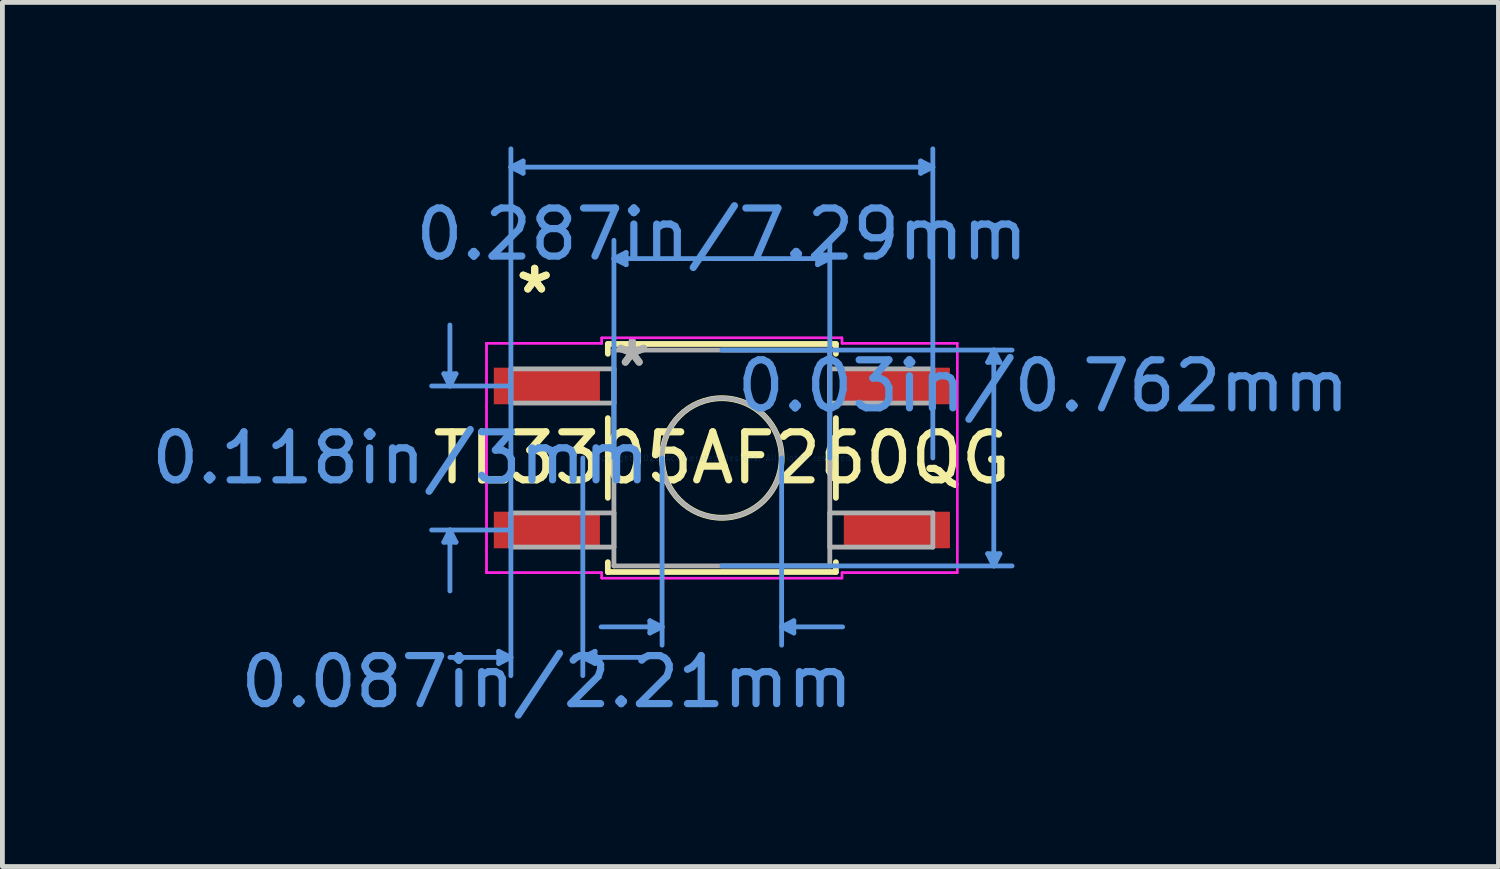
<source format=kicad_pcb>
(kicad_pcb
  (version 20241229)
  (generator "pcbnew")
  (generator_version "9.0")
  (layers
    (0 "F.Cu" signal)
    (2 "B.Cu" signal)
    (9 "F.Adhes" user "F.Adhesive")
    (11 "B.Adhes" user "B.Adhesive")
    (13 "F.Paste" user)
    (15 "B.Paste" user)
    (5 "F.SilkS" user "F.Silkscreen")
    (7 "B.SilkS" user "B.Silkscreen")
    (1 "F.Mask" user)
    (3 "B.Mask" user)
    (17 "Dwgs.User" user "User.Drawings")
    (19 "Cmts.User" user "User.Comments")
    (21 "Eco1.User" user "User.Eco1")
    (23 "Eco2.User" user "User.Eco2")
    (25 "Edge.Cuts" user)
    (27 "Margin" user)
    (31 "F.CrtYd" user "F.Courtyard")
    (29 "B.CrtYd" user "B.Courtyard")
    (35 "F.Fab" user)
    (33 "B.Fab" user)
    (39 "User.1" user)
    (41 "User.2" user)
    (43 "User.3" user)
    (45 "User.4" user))
  (footprint "TL3305AF260QG"
    (layer "F.Cu")
    (at 11.985 6.489)
    (property "Reference" "TL3305AF260QG" (at 0 0 0) (layer "F.SilkS") (effects (font (size 1 1) (thickness 0.15))))
    (attr through_hole)
    (fp_line (start -2.375 -2.375) (end -2.375 -2.17) (stroke (width 0.12) (type solid)) (layer "F.SilkS"))
    (fp_line (start -2.375 -0.83) (end -2.375 0.83) (stroke (width 0.12) (type solid)) (layer "F.SilkS"))
    (fp_line (start -2.375 2.17) (end -2.375 2.375) (stroke (width 0.12) (type solid)) (layer "F.SilkS"))
    (fp_line (start -2.375 2.375) (end 2.375 2.375) (stroke (width 0.12) (type solid)) (layer "F.SilkS"))
    (fp_line (start 2.375 -2.375) (end -2.375 -2.375) (stroke (width 0.12) (type solid)) (layer "F.SilkS"))
    (fp_line (start 2.375 -2.17) (end 2.375 -2.375) (stroke (width 0.12) (type solid)) (layer "F.SilkS"))
    (fp_line (start 2.375 0.83) (end 2.375 -0.83) (stroke (width 0.12) (type solid)) (layer "F.SilkS"))
    (fp_line (start 2.375 2.375) (end 2.375 2.17) (stroke (width 0.12) (type solid)) (layer "F.SilkS"))
    (fp_circle (center 0 0) (end 1.245 0) (stroke (width 0.12) (type solid)) (fill no) (layer "F.SilkS"))
    (fp_line (start -5.791 -1.754) (end -5.537 -1.754) (stroke (width 0.1) (type solid)) (layer "Cmts.User"))
    (fp_line (start -5.791 1.754) (end -5.537 1.754) (stroke (width 0.1) (type solid)) (layer "Cmts.User"))
    (fp_line (start -5.664 -1.5) (end -5.791 -1.754) (stroke (width 0.1) (type solid)) (layer "Cmts.User"))
    (fp_line (start -5.664 -1.5) (end -5.664 -2.77) (stroke (width 0.1) (type solid)) (layer "Cmts.User"))
    (fp_line (start -5.664 -1.5) (end -5.537 -1.754) (stroke (width 0.1) (type solid)) (layer "Cmts.User"))
    (fp_line (start -5.664 1.5) (end -5.791 1.754) (stroke (width 0.1) (type solid)) (layer "Cmts.User"))
    (fp_line (start -5.664 1.5) (end -5.664 2.77) (stroke (width 0.1) (type solid)) (layer "Cmts.User"))
    (fp_line (start -5.664 1.5) (end -5.537 1.754) (stroke (width 0.1) (type solid)) (layer "Cmts.User"))
    (fp_line (start -4.648 4.026) (end -4.648 4.28) (stroke (width 0.1) (type solid)) (layer "Cmts.User"))
    (fp_line (start -4.394 -6.058) (end -4.14 -6.185) (stroke (width 0.1) (type solid)) (layer "Cmts.User"))
    (fp_line (start -4.394 -6.058) (end -4.14 -5.931) (stroke (width 0.1) (type solid)) (layer "Cmts.User"))
    (fp_line (start -4.394 -6.058) (end 4.394 -6.058) (stroke (width 0.1) (type solid)) (layer "Cmts.User"))
    (fp_line (start -4.394 -1.5) (end -6.045 -1.5) (stroke (width 0.1) (type solid)) (layer "Cmts.User"))
    (fp_line (start -4.394 0) (end -4.394 -6.439) (stroke (width 0.1) (type solid)) (layer "Cmts.User"))
    (fp_line (start -4.394 0) (end -4.394 4.534) (stroke (width 0.1) (type solid)) (layer "Cmts.User"))
    (fp_line (start -4.394 1.5) (end -6.045 1.5) (stroke (width 0.1) (type solid)) (layer "Cmts.User"))
    (fp_line (start -4.394 4.153) (end -5.664 4.153) (stroke (width 0.1) (type solid)) (layer "Cmts.User"))
    (fp_line (start -4.394 4.153) (end -4.648 4.026) (stroke (width 0.1) (type solid)) (layer "Cmts.User"))
    (fp_line (start -4.394 4.153) (end -4.648 4.28) (stroke (width 0.1) (type solid)) (layer "Cmts.User"))
    (fp_line (start -4.14 -6.185) (end -4.14 -5.931) (stroke (width 0.1) (type solid)) (layer "Cmts.User"))
    (fp_line (start -2.896 0) (end -2.896 4.534) (stroke (width 0.1) (type solid)) (layer "Cmts.User"))
    (fp_line (start -2.896 4.153) (end -2.642 4.026) (stroke (width 0.1) (type solid)) (layer "Cmts.User"))
    (fp_line (start -2.896 4.153) (end -2.642 4.28) (stroke (width 0.1) (type solid)) (layer "Cmts.User"))
    (fp_line (start -2.896 4.153) (end -1.626 4.153) (stroke (width 0.1) (type solid)) (layer "Cmts.User"))
    (fp_line (start -2.642 4.026) (end -2.642 4.28) (stroke (width 0.1) (type solid)) (layer "Cmts.User"))
    (fp_line (start -2.248 -4.153) (end -1.994 -4.28) (stroke (width 0.1) (type solid)) (layer "Cmts.User"))
    (fp_line (start -2.248 -4.153) (end -1.994 -4.026) (stroke (width 0.1) (type solid)) (layer "Cmts.User"))
    (fp_line (start -2.248 -4.153) (end 2.248 -4.153) (stroke (width 0.1) (type solid)) (layer "Cmts.User"))
    (fp_line (start -2.248 0) (end -2.248 -4.534) (stroke (width 0.1) (type solid)) (layer "Cmts.User"))
    (fp_line (start -1.994 -4.28) (end -1.994 -4.026) (stroke (width 0.1) (type solid)) (layer "Cmts.User"))
    (fp_line (start -1.499 3.391) (end -1.499 3.645) (stroke (width 0.1) (type solid)) (layer "Cmts.User"))
    (fp_line (start -1.245 0) (end -1.245 3.899) (stroke (width 0.1) (type solid)) (layer "Cmts.User"))
    (fp_line (start -1.245 3.518) (end -2.515 3.518) (stroke (width 0.1) (type solid)) (layer "Cmts.User"))
    (fp_line (start -1.245 3.518) (end -1.499 3.391) (stroke (width 0.1) (type solid)) (layer "Cmts.User"))
    (fp_line (start -1.245 3.518) (end -1.499 3.645) (stroke (width 0.1) (type solid)) (layer "Cmts.User"))
    (fp_line (start 0 -2.248) (end 6.045 -2.248) (stroke (width 0.1) (type solid)) (layer "Cmts.User"))
    (fp_line (start 0 2.248) (end 6.045 2.248) (stroke (width 0.1) (type solid)) (layer "Cmts.User"))
    (fp_line (start 1.245 0) (end 1.245 3.899) (stroke (width 0.1) (type solid)) (layer "Cmts.User"))
    (fp_line (start 1.245 3.518) (end 1.499 3.391) (stroke (width 0.1) (type solid)) (layer "Cmts.User"))
    (fp_line (start 1.245 3.518) (end 1.499 3.645) (stroke (width 0.1) (type solid)) (layer "Cmts.User"))
    (fp_line (start 1.245 3.518) (end 2.515 3.518) (stroke (width 0.1) (type solid)) (layer "Cmts.User"))
    (fp_line (start 1.499 3.391) (end 1.499 3.645) (stroke (width 0.1) (type solid)) (layer "Cmts.User"))
    (fp_line (start 1.994 -4.28) (end 1.994 -4.026) (stroke (width 0.1) (type solid)) (layer "Cmts.User"))
    (fp_line (start 2.248 -4.153) (end 1.994 -4.28) (stroke (width 0.1) (type solid)) (layer "Cmts.User"))
    (fp_line (start 2.248 -4.153) (end 1.994 -4.026) (stroke (width 0.1) (type solid)) (layer "Cmts.User"))
    (fp_line (start 2.248 0) (end 2.248 -4.534) (stroke (width 0.1) (type solid)) (layer "Cmts.User"))
    (fp_line (start 4.14 -6.185) (end 4.14 -5.931) (stroke (width 0.1) (type solid)) (layer "Cmts.User"))
    (fp_line (start 4.394 -6.058) (end 4.14 -6.185) (stroke (width 0.1) (type solid)) (layer "Cmts.User"))
    (fp_line (start 4.394 -6.058) (end 4.14 -5.931) (stroke (width 0.1) (type solid)) (layer "Cmts.User"))
    (fp_line (start 4.394 0) (end 4.394 -6.439) (stroke (width 0.1) (type solid)) (layer "Cmts.User"))
    (fp_line (start 5.537 -1.994) (end 5.791 -1.994) (stroke (width 0.1) (type solid)) (layer "Cmts.User"))
    (fp_line (start 5.537 1.994) (end 5.791 1.994) (stroke (width 0.1) (type solid)) (layer "Cmts.User"))
    (fp_line (start 5.664 -2.248) (end 5.537 -1.994) (stroke (width 0.1) (type solid)) (layer "Cmts.User"))
    (fp_line (start 5.664 -2.248) (end 5.664 2.248) (stroke (width 0.1) (type solid)) (layer "Cmts.User"))
    (fp_line (start 5.664 -2.248) (end 5.791 -1.994) (stroke (width 0.1) (type solid)) (layer "Cmts.User"))
    (fp_line (start 5.664 2.248) (end 5.537 1.994) (stroke (width 0.1) (type solid)) (layer "Cmts.User"))
    (fp_line (start 5.664 2.248) (end 5.791 1.994) (stroke (width 0.1) (type solid)) (layer "Cmts.User"))
    (fp_line (start -4.902 -2.389) (end -2.502 -2.389) (stroke (width 0.05) (type solid)) (layer "F.CrtYd"))
    (fp_line (start -4.902 -2.389) (end -2.502 -2.389) (stroke (width 0.05) (type solid)) (layer "F.CrtYd"))
    (fp_line (start -4.902 2.389) (end -4.902 -2.389) (stroke (width 0.05) (type solid)) (layer "F.CrtYd"))
    (fp_line (start -4.902 2.389) (end -4.902 -2.389) (stroke (width 0.05) (type solid)) (layer "F.CrtYd"))
    (fp_line (start -2.502 -2.502) (end 2.502 -2.502) (stroke (width 0.05) (type solid)) (layer "F.CrtYd"))
    (fp_line (start -2.502 -2.502) (end 2.502 -2.502) (stroke (width 0.05) (type solid)) (layer "F.CrtYd"))
    (fp_line (start -2.502 -2.389) (end -2.502 -2.502) (stroke (width 0.05) (type solid)) (layer "F.CrtYd"))
    (fp_line (start -2.502 -2.389) (end -2.502 -2.502) (stroke (width 0.05) (type solid)) (layer "F.CrtYd"))
    (fp_line (start -2.502 2.389) (end -4.902 2.389) (stroke (width 0.05) (type solid)) (layer "F.CrtYd"))
    (fp_line (start -2.502 2.389) (end -4.902 2.389) (stroke (width 0.05) (type solid)) (layer "F.CrtYd"))
    (fp_line (start -2.502 2.502) (end -2.502 2.389) (stroke (width 0.05) (type solid)) (layer "F.CrtYd"))
    (fp_line (start -2.502 2.502) (end -2.502 2.389) (stroke (width 0.05) (type solid)) (layer "F.CrtYd"))
    (fp_line (start 2.502 -2.502) (end 2.502 -2.389) (stroke (width 0.05) (type solid)) (layer "F.CrtYd"))
    (fp_line (start 2.502 -2.502) (end 2.502 -2.389) (stroke (width 0.05) (type solid)) (layer "F.CrtYd"))
    (fp_line (start 2.502 -2.389) (end 4.902 -2.389) (stroke (width 0.05) (type solid)) (layer "F.CrtYd"))
    (fp_line (start 2.502 -2.389) (end 4.902 -2.389) (stroke (width 0.05) (type solid)) (layer "F.CrtYd"))
    (fp_line (start 2.502 2.389) (end 2.502 2.502) (stroke (width 0.05) (type solid)) (layer "F.CrtYd"))
    (fp_line (start 2.502 2.389) (end 2.502 2.502) (stroke (width 0.05) (type solid)) (layer "F.CrtYd"))
    (fp_line (start 2.502 2.502) (end -2.502 2.502) (stroke (width 0.05) (type solid)) (layer "F.CrtYd"))
    (fp_line (start 2.502 2.502) (end -2.502 2.502) (stroke (width 0.05) (type solid)) (layer "F.CrtYd"))
    (fp_line (start 4.902 -2.389) (end 4.902 2.389) (stroke (width 0.05) (type solid)) (layer "F.CrtYd"))
    (fp_line (start 4.902 -2.389) (end 4.902 2.389) (stroke (width 0.05) (type solid)) (layer "F.CrtYd"))
    (fp_line (start 4.902 2.389) (end 2.502 2.389) (stroke (width 0.05) (type solid)) (layer "F.CrtYd"))
    (fp_line (start 4.902 2.389) (end 2.502 2.389) (stroke (width 0.05) (type solid)) (layer "F.CrtYd"))
    (fp_line (start -4.394 -1.856) (end -4.394 -1.144) (stroke (width 0.1) (type solid)) (layer "F.Fab"))
    (fp_line (start -4.394 -1.144) (end -2.248 -1.144) (stroke (width 0.1) (type solid)) (layer "F.Fab"))
    (fp_line (start -4.394 1.144) (end -4.394 1.856) (stroke (width 0.1) (type solid)) (layer "F.Fab"))
    (fp_line (start -4.394 1.856) (end -2.248 1.856) (stroke (width 0.1) (type solid)) (layer "F.Fab"))
    (fp_line (start -2.248 -2.248) (end -2.248 2.248) (stroke (width 0.1) (type solid)) (layer "F.Fab"))
    (fp_line (start -2.248 -1.856) (end -4.394 -1.856) (stroke (width 0.1) (type solid)) (layer "F.Fab"))
    (fp_line (start -2.248 -1.144) (end -2.248 -1.856) (stroke (width 0.1) (type solid)) (layer "F.Fab"))
    (fp_line (start -2.248 1.144) (end -4.394 1.144) (stroke (width 0.1) (type solid)) (layer "F.Fab"))
    (fp_line (start -2.248 1.856) (end -2.248 1.144) (stroke (width 0.1) (type solid)) (layer "F.Fab"))
    (fp_line (start -2.248 2.248) (end 2.248 2.248) (stroke (width 0.1) (type solid)) (layer "F.Fab"))
    (fp_line (start 2.248 -2.248) (end -2.248 -2.248) (stroke (width 0.1) (type solid)) (layer "F.Fab"))
    (fp_line (start 2.248 -1.856) (end 2.248 -1.144) (stroke (width 0.1) (type solid)) (layer "F.Fab"))
    (fp_line (start 2.248 -1.144) (end 4.394 -1.144) (stroke (width 0.1) (type solid)) (layer "F.Fab"))
    (fp_line (start 2.248 1.144) (end 2.248 1.856) (stroke (width 0.1) (type solid)) (layer "F.Fab"))
    (fp_line (start 2.248 1.856) (end 4.394 1.856) (stroke (width 0.1) (type solid)) (layer "F.Fab"))
    (fp_line (start 2.248 2.248) (end 2.248 -2.248) (stroke (width 0.1) (type solid)) (layer "F.Fab"))
    (fp_line (start 4.394 -1.856) (end 2.248 -1.856) (stroke (width 0.1) (type solid)) (layer "F.Fab"))
    (fp_line (start 4.394 -1.144) (end 4.394 -1.856) (stroke (width 0.1) (type solid)) (layer "F.Fab"))
    (fp_line (start 4.394 1.144) (end 2.248 1.144) (stroke (width 0.1) (type solid)) (layer "F.Fab"))
    (fp_line (start 4.394 1.856) (end 4.394 1.144) (stroke (width 0.1) (type solid)) (layer "F.Fab"))
    (fp_circle (center 0 0) (end 1.245 0) (stroke (width 0.1) (type solid)) (fill no) (layer "F.Fab"))
    (fp_text user "*" (at -3.899 -3.405 0) (layer "F.SilkS") (effects (font (size 1 1) (thickness 0.15))))
    (fp_text user "*" (at -3.899 -3.405 0) (layer "F.SilkS") (effects (font (size 1 1) (thickness 0.15))))
    (fp_text user "Copyright 2021 Accelerated Designs. All rights reserved." (at 0 0 0) (layer "Cmts.User") (effects (font (size 0.127 0.127) (thickness 0.002))))
    (fp_text user "0.287in/7.29mm" (at 0 -4.661 0) (layer "Cmts.User") (effects (font (size 1 1) (thickness 0.15))))
    (fp_text user "0.087in/2.21mm" (at -3.645 4.661 0) (layer "Cmts.User") (effects (font (size 1 1) (thickness 0.15))))
    (fp_text user "0.118in/3mm" (at -6.693 0 0) (layer "Cmts.User") (effects (font (size 1 1) (thickness 0.15))))
    (fp_text user "0.03in/0.762mm" (at 6.693 -1.5 0) (layer "Cmts.User") (effects (font (size 1 1) (thickness 0.15))))
    (fp_text user "*" (at -1.867 -1.881 0) (layer "F.Fab") (effects (font (size 1 1) (thickness 0.15))))
    (fp_text user "*" (at -1.867 -1.881 0) (layer "F.Fab") (effects (font (size 1 1) (thickness 0.15))))
    (pad "1" smd rect (at -3.645 1.5) (size 2.21 0.762) (layers "F.Cu" "F.Mask" "F.Paste"))
    (pad "2" smd rect (at 3.645 1.5) (size 2.21 0.762) (layers "F.Cu" "F.Mask" "F.Paste"))
    (pad "3" smd rect (at -3.645 -1.5) (size 2.21 0.762) (layers "F.Cu" "F.Mask" "F.Paste"))
    (pad "4" smd rect (at 3.645 -1.5) (size 2.21 0.762) (layers "F.Cu" "F.Mask" "F.Paste")))
  (gr_rect
    (start -3 -3)
    (end 28.16 14.998)
    (stroke (width 0.1) (type default))
    (fill no)
    (layer "Edge.Cuts")))
</source>
